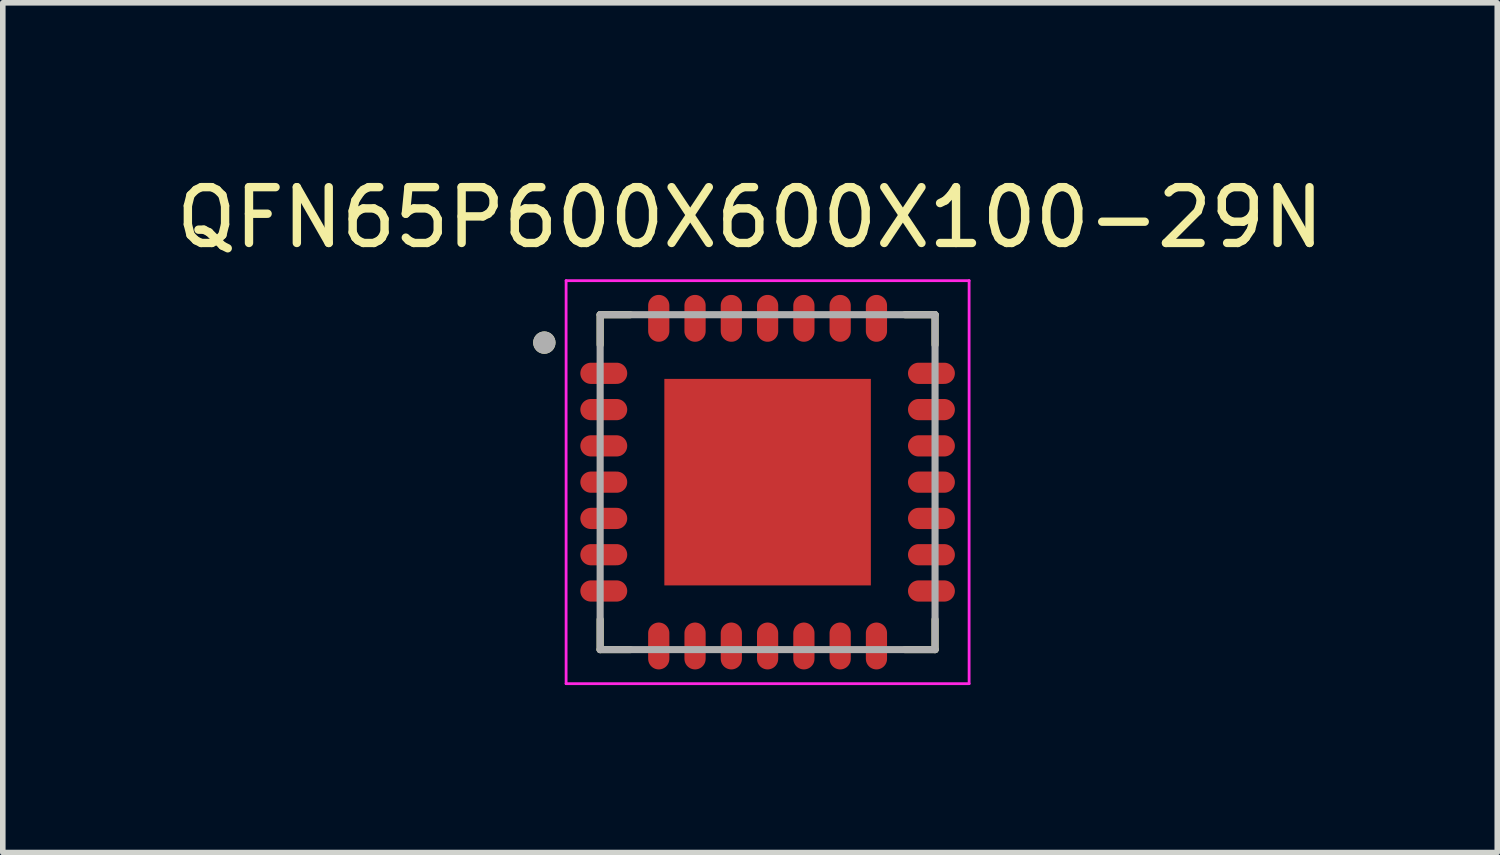
<source format=kicad_pcb>
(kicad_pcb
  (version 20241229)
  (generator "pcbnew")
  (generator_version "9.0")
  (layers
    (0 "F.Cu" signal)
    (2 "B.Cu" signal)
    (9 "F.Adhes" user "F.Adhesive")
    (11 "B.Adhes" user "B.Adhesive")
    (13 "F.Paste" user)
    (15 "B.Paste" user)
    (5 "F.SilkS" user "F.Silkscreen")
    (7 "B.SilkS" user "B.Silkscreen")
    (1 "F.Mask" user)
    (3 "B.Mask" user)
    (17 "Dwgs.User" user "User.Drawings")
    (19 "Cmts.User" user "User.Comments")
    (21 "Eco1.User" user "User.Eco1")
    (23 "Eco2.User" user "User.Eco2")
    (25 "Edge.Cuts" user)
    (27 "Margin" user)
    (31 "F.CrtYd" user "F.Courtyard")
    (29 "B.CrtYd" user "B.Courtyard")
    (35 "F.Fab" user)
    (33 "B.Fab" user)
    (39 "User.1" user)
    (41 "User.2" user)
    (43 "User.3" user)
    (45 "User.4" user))
  (footprint "QFN65P600X600X100-29N"
    (layer "F.Cu")
    (at 10.702 5.588)
    (property "Reference" "QFN65P600X600X100-29N" (at -0.315 -4.74 0) (layer "F.SilkS") (effects (font (size 1 1) (thickness 0.15))))
    (attr through_hole)
    (fp_line (start -3 -3) (end -3 -2.46) (stroke (width 0.127) (type solid)) (layer "F.SilkS"))
    (fp_line (start -3 -3) (end -2.46 -3) (stroke (width 0.127) (type solid)) (layer "F.SilkS"))
    (fp_line (start -3 3) (end -3 2.46) (stroke (width 0.127) (type solid)) (layer "F.SilkS"))
    (fp_line (start -3 3) (end -2.46 3) (stroke (width 0.127) (type solid)) (layer "F.SilkS"))
    (fp_line (start 3 -3) (end 2.46 -3) (stroke (width 0.127) (type solid)) (layer "F.SilkS"))
    (fp_line (start 3 -3) (end 3 -2.46) (stroke (width 0.127) (type solid)) (layer "F.SilkS"))
    (fp_line (start 3 3) (end 2.46 3) (stroke (width 0.127) (type solid)) (layer "F.SilkS"))
    (fp_line (start 3 3) (end 3 2.46) (stroke (width 0.127) (type solid)) (layer "F.SilkS"))
    (fp_circle (center -4 -2.5) (end -3.9 -2.5) (stroke (width 0.2) (type solid)) (fill no) (layer "F.SilkS"))
    (fp_poly (pts (xy -1.17 -1.17) (xy 1.17 -1.17) (xy 1.17 1.17) (xy -1.17 1.17)) (stroke (width 0.01) (type solid)) (fill yes) (layer "F.Paste"))
    (fp_line (start -3.61 -3.61) (end 3.61 -3.61) (stroke (width 0.05) (type solid)) (layer "F.CrtYd"))
    (fp_line (start -3.61 3.61) (end -3.61 -3.61) (stroke (width 0.05) (type solid)) (layer "F.CrtYd"))
    (fp_line (start -3.61 3.61) (end 3.61 3.61) (stroke (width 0.05) (type solid)) (layer "F.CrtYd"))
    (fp_line (start 3.61 3.61) (end 3.61 -3.61) (stroke (width 0.05) (type solid)) (layer "F.CrtYd"))
    (fp_line (start -3 3) (end -3 -3) (stroke (width 0.127) (type solid)) (layer "F.Fab"))
    (fp_line (start 3 -3) (end -3 -3) (stroke (width 0.127) (type solid)) (layer "F.Fab"))
    (fp_line (start 3 3) (end -3 3) (stroke (width 0.127) (type solid)) (layer "F.Fab"))
    (fp_line (start 3 3) (end 3 -3) (stroke (width 0.127) (type solid)) (layer "F.Fab"))
    (fp_circle (center -4 -2.5) (end -3.9 -2.5) (stroke (width 0.2) (type solid)) (fill no) (layer "F.Fab"))
    (pad "1" smd oval (at -2.935 -1.95) (size 0.84 0.38) (layers "F.Cu" "F.Mask" "F.Paste"))
    (pad "2" smd oval (at -2.935 -1.3) (size 0.84 0.38) (layers "F.Cu" "F.Mask" "F.Paste"))
    (pad "3" smd oval (at -2.935 -0.65) (size 0.84 0.38) (layers "F.Cu" "F.Mask" "F.Paste"))
    (pad "4" smd oval (at -2.935 0) (size 0.84 0.38) (layers "F.Cu" "F.Mask" "F.Paste"))
    (pad "5" smd oval (at -2.935 0.65) (size 0.84 0.38) (layers "F.Cu" "F.Mask" "F.Paste"))
    (pad "6" smd oval (at -2.935 1.3) (size 0.84 0.38) (layers "F.Cu" "F.Mask" "F.Paste"))
    (pad "7" smd oval (at -2.935 1.95) (size 0.84 0.38) (layers "F.Cu" "F.Mask" "F.Paste"))
    (pad "8" smd oval (at -1.95 2.935) (size 0.38 0.84) (layers "F.Cu" "F.Mask" "F.Paste"))
    (pad "9" smd oval (at -1.3 2.935) (size 0.38 0.84) (layers "F.Cu" "F.Mask" "F.Paste"))
    (pad "10" smd oval (at -0.65 2.935) (size 0.38 0.84) (layers "F.Cu" "F.Mask" "F.Paste"))
    (pad "11" smd oval (at 0 2.935) (size 0.38 0.84) (layers "F.Cu" "F.Mask" "F.Paste"))
    (pad "12" smd oval (at 0.65 2.935) (size 0.38 0.84) (layers "F.Cu" "F.Mask" "F.Paste"))
    (pad "13" smd oval (at 1.3 2.935) (size 0.38 0.84) (layers "F.Cu" "F.Mask" "F.Paste"))
    (pad "14" smd oval (at 1.95 2.935) (size 0.38 0.84) (layers "F.Cu" "F.Mask" "F.Paste"))
    (pad "15" smd oval (at 2.935 1.95) (size 0.84 0.38) (layers "F.Cu" "F.Mask" "F.Paste"))
    (pad "16" smd oval (at 2.935 1.3) (size 0.84 0.38) (layers "F.Cu" "F.Mask" "F.Paste"))
    (pad "17" smd oval (at 2.935 0.65) (size 0.84 0.38) (layers "F.Cu" "F.Mask" "F.Paste"))
    (pad "18" smd oval (at 2.935 0) (size 0.84 0.38) (layers "F.Cu" "F.Mask" "F.Paste"))
    (pad "19" smd oval (at 2.935 -0.65) (size 0.84 0.38) (layers "F.Cu" "F.Mask" "F.Paste"))
    (pad "20" smd oval (at 2.935 -1.3) (size 0.84 0.38) (layers "F.Cu" "F.Mask" "F.Paste"))
    (pad "21" smd oval (at 2.935 -1.95) (size 0.84 0.38) (layers "F.Cu" "F.Mask" "F.Paste"))
    (pad "22" smd oval (at 1.95 -2.935) (size 0.38 0.84) (layers "F.Cu" "F.Mask" "F.Paste"))
    (pad "23" smd oval (at 1.3 -2.935) (size 0.38 0.84) (layers "F.Cu" "F.Mask" "F.Paste"))
    (pad "24" smd oval (at 0.65 -2.935) (size 0.38 0.84) (layers "F.Cu" "F.Mask" "F.Paste"))
    (pad "25" smd oval (at 0 -2.935) (size 0.38 0.84) (layers "F.Cu" "F.Mask" "F.Paste"))
    (pad "26" smd oval (at -0.65 -2.935) (size 0.38 0.84) (layers "F.Cu" "F.Mask" "F.Paste"))
    (pad "27" smd oval (at -1.3 -2.935) (size 0.38 0.84) (layers "F.Cu" "F.Mask" "F.Paste"))
    (pad "28" smd oval (at -1.95 -2.935) (size 0.38 0.84) (layers "F.Cu" "F.Mask" "F.Paste"))
    (pad "29" smd rect (at 0 0) (size 3.7 3.7) (layers "F.Cu" "F.Mask")))
  (gr_rect
    (start -3 -3)
    (end 23.774 12.223)
    (stroke (width 0.1) (type default))
    (fill no)
    (layer "Edge.Cuts")))
</source>
